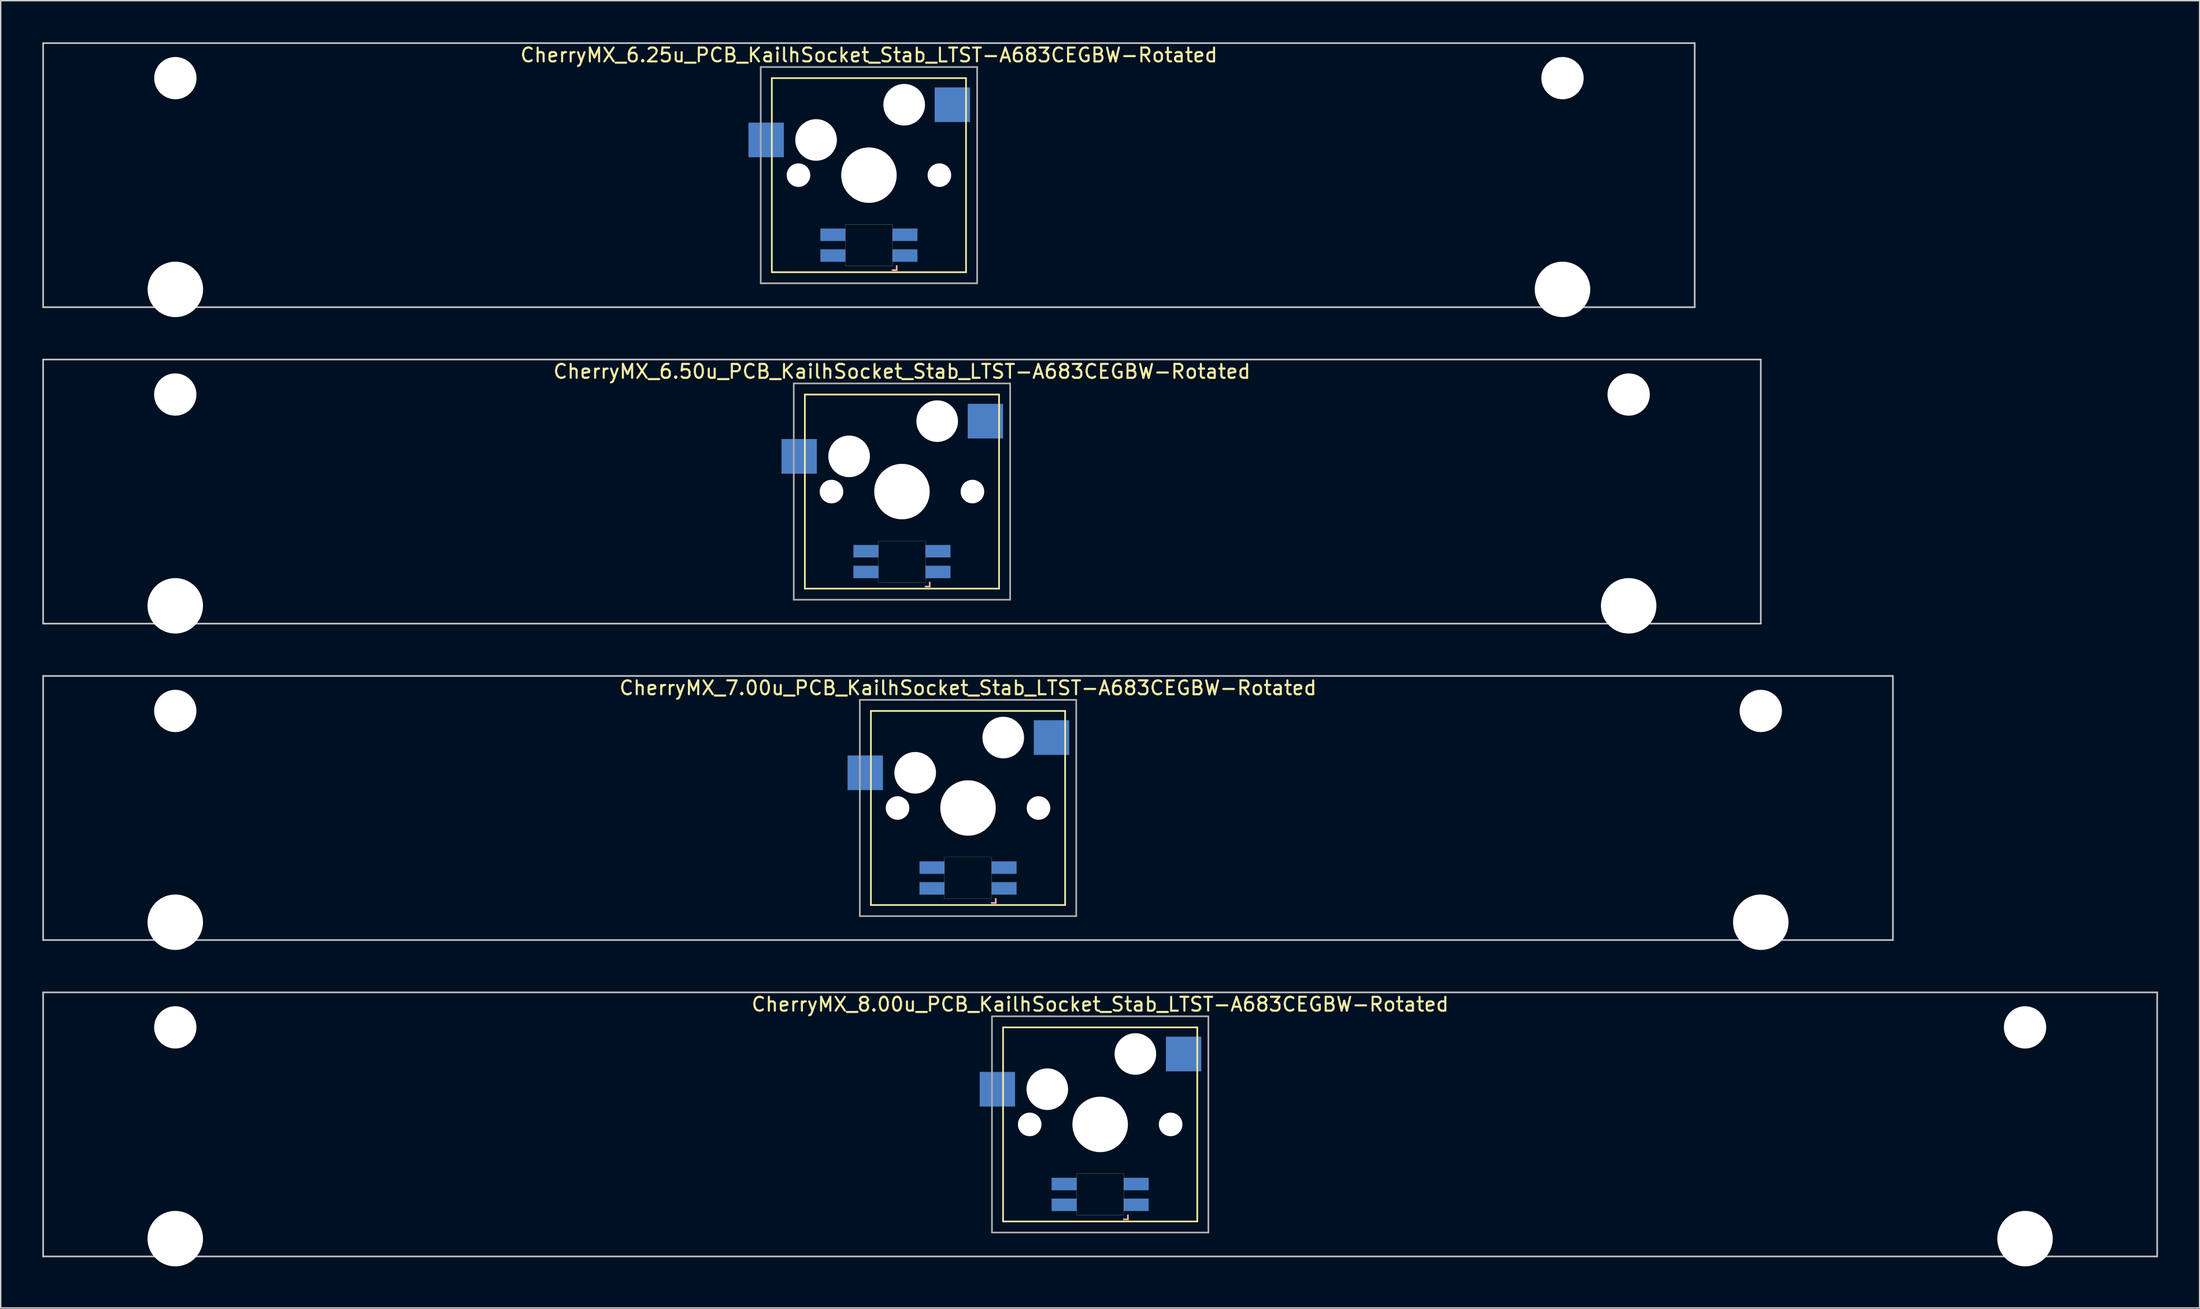
<source format=kicad_pcb>
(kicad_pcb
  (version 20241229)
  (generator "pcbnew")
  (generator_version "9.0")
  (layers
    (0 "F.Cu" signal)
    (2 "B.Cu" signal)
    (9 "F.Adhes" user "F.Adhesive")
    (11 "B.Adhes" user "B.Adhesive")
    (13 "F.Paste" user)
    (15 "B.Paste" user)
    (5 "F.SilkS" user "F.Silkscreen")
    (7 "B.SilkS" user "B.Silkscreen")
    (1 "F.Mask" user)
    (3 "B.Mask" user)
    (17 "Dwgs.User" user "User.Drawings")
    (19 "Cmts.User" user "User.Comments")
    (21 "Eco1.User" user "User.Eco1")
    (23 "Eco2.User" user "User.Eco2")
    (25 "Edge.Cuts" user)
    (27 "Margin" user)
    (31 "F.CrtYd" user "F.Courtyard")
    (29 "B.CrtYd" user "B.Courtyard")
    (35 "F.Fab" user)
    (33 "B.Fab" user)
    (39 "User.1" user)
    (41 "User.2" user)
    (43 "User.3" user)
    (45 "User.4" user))
  (footprint "CherryMX_7.00u_PCB_KailhSocket_Stab_LTST-A683CEGBW-Rotated"
    (layer "F.Cu")
    (at 66.735 55.235)
    (property "Reference" "CherryMX_7.00u_PCB_KailhSocket_Stab_LTST-A683CEGBW-Rotated" (at 0 -8.662 0) (layer "F.SilkS") (effects (font (size 1 1) (thickness 0.15))))
    (attr through_hole)
    (fp_line (start -7 -7) (end -7 7) (stroke (width 0.12) (type solid)) (layer "F.SilkS"))
    (fp_line (start -7 -7) (end 7 -7) (stroke (width 0.12) (type solid)) (layer "F.SilkS"))
    (fp_line (start 7 -7) (end 7 7) (stroke (width 0.12) (type solid)) (layer "F.SilkS"))
    (fp_line (start 7 7) (end -7 7) (stroke (width 0.12) (type solid)) (layer "F.SilkS"))
    (fp_line (start 1.7 6.85) (end 2 6.85) (stroke (width 0.12) (type solid)) (layer "B.SilkS"))
    (fp_line (start 2 6.85) (end 2 6.55) (stroke (width 0.12) (type solid)) (layer "B.SilkS"))
    (fp_line (start -66.675 -9.525) (end 66.675 -9.525) (stroke (width 0.12) (type solid)) (layer "Dwgs.User"))
    (fp_line (start -66.675 9.525) (end -66.675 -9.525) (stroke (width 0.12) (type solid)) (layer "Dwgs.User"))
    (fp_line (start 66.675 -9.525) (end 66.675 9.525) (stroke (width 0.12) (type solid)) (layer "Dwgs.User"))
    (fp_line (start 66.675 9.525) (end -66.675 9.525) (stroke (width 0.12) (type solid)) (layer "Dwgs.User"))
    (fp_poly (pts (xy -1.7 3.55) (xy 1.7 3.55) (xy 1.7 6.55) (xy -1.7 6.55)) (stroke (width 0.01) (type solid)) (fill no) (layer "Edge.Cuts"))
    (fp_line (start -7.8 -7.8) (end -7.8 7.8) (stroke (width 0.12) (type solid)) (layer "F.Fab"))
    (fp_line (start -7.8 -7.8) (end 7.8 -7.8) (stroke (width 0.12) (type solid)) (layer "F.Fab"))
    (fp_line (start -7.8 7.8) (end 7.8 7.8) (stroke (width 0.12) (type solid)) (layer "F.Fab"))
    (fp_line (start 7.8 -7.8) (end 7.8 7.8) (stroke (width 0.12) (type solid)) (layer "F.Fab"))
    (pad "" np_thru_hole circle (at -57.15 -7) (size 3.05 3.05) (drill 3.05) (layers "*.Cu" "*.Mask"))
    (pad "" np_thru_hole circle (at -57.15 8.24) (size 4 4) (drill 4) (layers "*.Cu" "*.Mask"))
    (pad "" np_thru_hole circle (at -5.08 0) (size 1.7 1.7) (drill 1.7) (layers "*.Cu" "*.Mask"))
    (pad "" np_thru_hole circle (at -3.81 -2.54) (size 3 3) (drill 3) (layers "*.Cu" "*.Mask"))
    (pad "" np_thru_hole circle (at 0 0) (size 4 4) (drill 4) (layers "*.Cu" "*.Mask"))
    (pad "" np_thru_hole circle (at 2.54 -5.08) (size 3 3) (drill 3) (layers "*.Cu" "*.Mask"))
    (pad "" np_thru_hole circle (at 5.08 0) (size 1.7 1.7) (drill 1.7) (layers "*.Cu" "*.Mask"))
    (pad "" np_thru_hole circle (at 57.15 -7) (size 3.05 3.05) (drill 3.05) (layers "*.Cu" "*.Mask"))
    (pad "" np_thru_hole circle (at 57.15 8.24) (size 4 4) (drill 4) (layers "*.Cu" "*.Mask"))
    (pad "1" smd rect (at -7.41 -2.54) (size 2.55 2.5) (layers "B.Cu" "B.Mask" "B.Paste"))
    (pad "2" smd rect (at 6.015 -5.08) (size 2.55 2.5) (layers "B.Cu" "B.Mask" "B.Paste"))
    (pad "3" smd rect (at 2.6 5.8 180) (size 1.8 0.9) (layers "B.Cu" "B.Mask" "B.Paste"))
    (pad "4" smd rect (at 2.6 4.3 180) (size 1.8 0.9) (layers "B.Cu" "B.Mask" "B.Paste"))
    (pad "5" smd rect (at -2.6 5.8 180) (size 1.8 0.9) (layers "B.Cu" "B.Mask" "B.Paste"))
    (pad "6" smd rect (at -2.6 4.3 180) (size 1.8 0.9) (layers "B.Cu" "B.Mask" "B.Paste")))
  (footprint "CherryMX_6.25u_PCB_KailhSocket_Stab_LTST-A683CEGBW-Rotated"
    (layer "F.Cu")
    (at 59.591 9.585)
    (property "Reference" "CherryMX_6.25u_PCB_KailhSocket_Stab_LTST-A683CEGBW-Rotated" (at 0 -8.662 0) (layer "F.SilkS") (effects (font (size 1 1) (thickness 0.15))))
    (attr through_hole)
    (fp_line (start -7 -7) (end -7 7) (stroke (width 0.12) (type solid)) (layer "F.SilkS"))
    (fp_line (start -7 -7) (end 7 -7) (stroke (width 0.12) (type solid)) (layer "F.SilkS"))
    (fp_line (start 7 -7) (end 7 7) (stroke (width 0.12) (type solid)) (layer "F.SilkS"))
    (fp_line (start 7 7) (end -7 7) (stroke (width 0.12) (type solid)) (layer "F.SilkS"))
    (fp_line (start 1.7 6.85) (end 2 6.85) (stroke (width 0.12) (type solid)) (layer "B.SilkS"))
    (fp_line (start 2 6.85) (end 2 6.55) (stroke (width 0.12) (type solid)) (layer "B.SilkS"))
    (fp_line (start -59.531 -9.525) (end 59.531 -9.525) (stroke (width 0.12) (type solid)) (layer "Dwgs.User"))
    (fp_line (start -59.531 9.525) (end -59.531 -9.525) (stroke (width 0.12) (type solid)) (layer "Dwgs.User"))
    (fp_line (start 59.531 -9.525) (end 59.531 9.525) (stroke (width 0.12) (type solid)) (layer "Dwgs.User"))
    (fp_line (start 59.531 9.525) (end -59.531 9.525) (stroke (width 0.12) (type solid)) (layer "Dwgs.User"))
    (fp_poly (pts (xy -1.7 3.55) (xy 1.7 3.55) (xy 1.7 6.55) (xy -1.7 6.55)) (stroke (width 0.01) (type solid)) (fill no) (layer "Edge.Cuts"))
    (fp_line (start -7.8 -7.8) (end -7.8 7.8) (stroke (width 0.12) (type solid)) (layer "F.Fab"))
    (fp_line (start -7.8 -7.8) (end 7.8 -7.8) (stroke (width 0.12) (type solid)) (layer "F.Fab"))
    (fp_line (start -7.8 7.8) (end 7.8 7.8) (stroke (width 0.12) (type solid)) (layer "F.Fab"))
    (fp_line (start 7.8 -7.8) (end 7.8 7.8) (stroke (width 0.12) (type solid)) (layer "F.Fab"))
    (pad "" np_thru_hole circle (at -50 -7) (size 3.05 3.05) (drill 3.05) (layers "*.Cu" "*.Mask"))
    (pad "" np_thru_hole circle (at -50 8.24) (size 4 4) (drill 4) (layers "*.Cu" "*.Mask"))
    (pad "" np_thru_hole circle (at -5.08 0) (size 1.7 1.7) (drill 1.7) (layers "*.Cu" "*.Mask"))
    (pad "" np_thru_hole circle (at -3.81 -2.54) (size 3 3) (drill 3) (layers "*.Cu" "*.Mask"))
    (pad "" np_thru_hole circle (at 0 0) (size 4 4) (drill 4) (layers "*.Cu" "*.Mask"))
    (pad "" np_thru_hole circle (at 2.54 -5.08) (size 3 3) (drill 3) (layers "*.Cu" "*.Mask"))
    (pad "" np_thru_hole circle (at 5.08 0) (size 1.7 1.7) (drill 1.7) (layers "*.Cu" "*.Mask"))
    (pad "" np_thru_hole circle (at 50 -7) (size 3.05 3.05) (drill 3.05) (layers "*.Cu" "*.Mask"))
    (pad "" np_thru_hole circle (at 50 8.24) (size 4 4) (drill 4) (layers "*.Cu" "*.Mask"))
    (pad "1" smd rect (at -7.41 -2.54) (size 2.55 2.5) (layers "B.Cu" "B.Mask" "B.Paste"))
    (pad "2" smd rect (at 6.015 -5.08) (size 2.55 2.5) (layers "B.Cu" "B.Mask" "B.Paste"))
    (pad "3" smd rect (at 2.6 5.8 180) (size 1.8 0.9) (layers "B.Cu" "B.Mask" "B.Paste"))
    (pad "4" smd rect (at 2.6 4.3 180) (size 1.8 0.9) (layers "B.Cu" "B.Mask" "B.Paste"))
    (pad "5" smd rect (at -2.6 5.8 180) (size 1.8 0.9) (layers "B.Cu" "B.Mask" "B.Paste"))
    (pad "6" smd rect (at -2.6 4.3 180) (size 1.8 0.9) (layers "B.Cu" "B.Mask" "B.Paste")))
  (footprint "CherryMX_6.50u_PCB_KailhSocket_Stab_LTST-A683CEGBW-Rotated"
    (layer "F.Cu")
    (at 61.972 32.41)
    (property "Reference" "CherryMX_6.50u_PCB_KailhSocket_Stab_LTST-A683CEGBW-Rotated" (at 0 -8.662 0) (layer "F.SilkS") (effects (font (size 1 1) (thickness 0.15))))
    (attr through_hole)
    (fp_line (start -7 -7) (end -7 7) (stroke (width 0.12) (type solid)) (layer "F.SilkS"))
    (fp_line (start -7 -7) (end 7 -7) (stroke (width 0.12) (type solid)) (layer "F.SilkS"))
    (fp_line (start 7 -7) (end 7 7) (stroke (width 0.12) (type solid)) (layer "F.SilkS"))
    (fp_line (start 7 7) (end -7 7) (stroke (width 0.12) (type solid)) (layer "F.SilkS"))
    (fp_line (start 1.7 6.85) (end 2 6.85) (stroke (width 0.12) (type solid)) (layer "B.SilkS"))
    (fp_line (start 2 6.85) (end 2 6.55) (stroke (width 0.12) (type solid)) (layer "B.SilkS"))
    (fp_line (start -61.913 -9.525) (end 61.913 -9.525) (stroke (width 0.12) (type solid)) (layer "Dwgs.User"))
    (fp_line (start -61.913 9.525) (end -61.913 -9.525) (stroke (width 0.12) (type solid)) (layer "Dwgs.User"))
    (fp_line (start 61.913 -9.525) (end 61.913 9.525) (stroke (width 0.12) (type solid)) (layer "Dwgs.User"))
    (fp_line (start 61.913 9.525) (end -61.913 9.525) (stroke (width 0.12) (type solid)) (layer "Dwgs.User"))
    (fp_poly (pts (xy -1.7 3.55) (xy 1.7 3.55) (xy 1.7 6.55) (xy -1.7 6.55)) (stroke (width 0.01) (type solid)) (fill no) (layer "Edge.Cuts"))
    (fp_line (start -7.8 -7.8) (end -7.8 7.8) (stroke (width 0.12) (type solid)) (layer "F.Fab"))
    (fp_line (start -7.8 -7.8) (end 7.8 -7.8) (stroke (width 0.12) (type solid)) (layer "F.Fab"))
    (fp_line (start -7.8 7.8) (end 7.8 7.8) (stroke (width 0.12) (type solid)) (layer "F.Fab"))
    (fp_line (start 7.8 -7.8) (end 7.8 7.8) (stroke (width 0.12) (type solid)) (layer "F.Fab"))
    (pad "" np_thru_hole circle (at -52.388 -7) (size 3.05 3.05) (drill 3.05) (layers "*.Cu" "*.Mask"))
    (pad "" np_thru_hole circle (at -52.388 8.24) (size 4 4) (drill 4) (layers "*.Cu" "*.Mask"))
    (pad "" np_thru_hole circle (at -5.08 0) (size 1.7 1.7) (drill 1.7) (layers "*.Cu" "*.Mask"))
    (pad "" np_thru_hole circle (at -3.81 -2.54) (size 3 3) (drill 3) (layers "*.Cu" "*.Mask"))
    (pad "" np_thru_hole circle (at 0 0) (size 4 4) (drill 4) (layers "*.Cu" "*.Mask"))
    (pad "" np_thru_hole circle (at 2.54 -5.08) (size 3 3) (drill 3) (layers "*.Cu" "*.Mask"))
    (pad "" np_thru_hole circle (at 5.08 0) (size 1.7 1.7) (drill 1.7) (layers "*.Cu" "*.Mask"))
    (pad "" np_thru_hole circle (at 52.388 -7) (size 3.05 3.05) (drill 3.05) (layers "*.Cu" "*.Mask"))
    (pad "" np_thru_hole circle (at 52.388 8.24) (size 4 4) (drill 4) (layers "*.Cu" "*.Mask"))
    (pad "1" smd rect (at -7.41 -2.54) (size 2.55 2.5) (layers "B.Cu" "B.Mask" "B.Paste"))
    (pad "2" smd rect (at 6.015 -5.08) (size 2.55 2.5) (layers "B.Cu" "B.Mask" "B.Paste"))
    (pad "3" smd rect (at 2.6 5.8 180) (size 1.8 0.9) (layers "B.Cu" "B.Mask" "B.Paste"))
    (pad "4" smd rect (at 2.6 4.3 180) (size 1.8 0.9) (layers "B.Cu" "B.Mask" "B.Paste"))
    (pad "5" smd rect (at -2.6 5.8 180) (size 1.8 0.9) (layers "B.Cu" "B.Mask" "B.Paste"))
    (pad "6" smd rect (at -2.6 4.3 180) (size 1.8 0.9) (layers "B.Cu" "B.Mask" "B.Paste")))
  (footprint "CherryMX_8.00u_PCB_KailhSocket_Stab_LTST-A683CEGBW-Rotated"
    (layer "F.Cu")
    (at 76.26 78.06)
    (property "Reference" "CherryMX_8.00u_PCB_KailhSocket_Stab_LTST-A683CEGBW-Rotated" (at 0 -8.662 0) (layer "F.SilkS") (effects (font (size 1 1) (thickness 0.15))))
    (attr through_hole)
    (fp_line (start -7 -7) (end -7 7) (stroke (width 0.12) (type solid)) (layer "F.SilkS"))
    (fp_line (start -7 -7) (end 7 -7) (stroke (width 0.12) (type solid)) (layer "F.SilkS"))
    (fp_line (start 7 -7) (end 7 7) (stroke (width 0.12) (type solid)) (layer "F.SilkS"))
    (fp_line (start 7 7) (end -7 7) (stroke (width 0.12) (type solid)) (layer "F.SilkS"))
    (fp_line (start 1.7 6.85) (end 2 6.85) (stroke (width 0.12) (type solid)) (layer "B.SilkS"))
    (fp_line (start 2 6.85) (end 2 6.55) (stroke (width 0.12) (type solid)) (layer "B.SilkS"))
    (fp_line (start -76.2 -9.525) (end 76.2 -9.525) (stroke (width 0.12) (type solid)) (layer "Dwgs.User"))
    (fp_line (start -76.2 9.525) (end -76.2 -9.525) (stroke (width 0.12) (type solid)) (layer "Dwgs.User"))
    (fp_line (start 76.2 -9.525) (end 76.2 9.525) (stroke (width 0.12) (type solid)) (layer "Dwgs.User"))
    (fp_line (start 76.2 9.525) (end -76.2 9.525) (stroke (width 0.12) (type solid)) (layer "Dwgs.User"))
    (fp_poly (pts (xy -1.7 3.55) (xy 1.7 3.55) (xy 1.7 6.55) (xy -1.7 6.55)) (stroke (width 0.01) (type solid)) (fill no) (layer "Edge.Cuts"))
    (fp_line (start -7.8 -7.8) (end -7.8 7.8) (stroke (width 0.12) (type solid)) (layer "F.Fab"))
    (fp_line (start -7.8 -7.8) (end 7.8 -7.8) (stroke (width 0.12) (type solid)) (layer "F.Fab"))
    (fp_line (start -7.8 7.8) (end 7.8 7.8) (stroke (width 0.12) (type solid)) (layer "F.Fab"))
    (fp_line (start 7.8 -7.8) (end 7.8 7.8) (stroke (width 0.12) (type solid)) (layer "F.Fab"))
    (pad "" np_thru_hole circle (at -66.675 -7) (size 3.05 3.05) (drill 3.05) (layers "*.Cu" "*.Mask"))
    (pad "" np_thru_hole circle (at -66.675 8.24) (size 4 4) (drill 4) (layers "*.Cu" "*.Mask"))
    (pad "" np_thru_hole circle (at -5.08 0) (size 1.7 1.7) (drill 1.7) (layers "*.Cu" "*.Mask"))
    (pad "" np_thru_hole circle (at -3.81 -2.54) (size 3 3) (drill 3) (layers "*.Cu" "*.Mask"))
    (pad "" np_thru_hole circle (at 0 0) (size 4 4) (drill 4) (layers "*.Cu" "*.Mask"))
    (pad "" np_thru_hole circle (at 2.54 -5.08) (size 3 3) (drill 3) (layers "*.Cu" "*.Mask"))
    (pad "" np_thru_hole circle (at 5.08 0) (size 1.7 1.7) (drill 1.7) (layers "*.Cu" "*.Mask"))
    (pad "" np_thru_hole circle (at 66.675 -7) (size 3.05 3.05) (drill 3.05) (layers "*.Cu" "*.Mask"))
    (pad "" np_thru_hole circle (at 66.675 8.24) (size 4 4) (drill 4) (layers "*.Cu" "*.Mask"))
    (pad "1" smd rect (at -7.41 -2.54) (size 2.55 2.5) (layers "B.Cu" "B.Mask" "B.Paste"))
    (pad "2" smd rect (at 6.015 -5.08) (size 2.55 2.5) (layers "B.Cu" "B.Mask" "B.Paste"))
    (pad "3" smd rect (at 2.6 5.8 180) (size 1.8 0.9) (layers "B.Cu" "B.Mask" "B.Paste"))
    (pad "4" smd rect (at 2.6 4.3 180) (size 1.8 0.9) (layers "B.Cu" "B.Mask" "B.Paste"))
    (pad "5" smd rect (at -2.6 5.8 180) (size 1.8 0.9) (layers "B.Cu" "B.Mask" "B.Paste"))
    (pad "6" smd rect (at -2.6 4.3 180) (size 1.8 0.9) (layers "B.Cu" "B.Mask" "B.Paste")))
  (gr_rect
    (start -3 -3)
    (end 155.52 91.3)
    (stroke (width 0.1) (type default))
    (fill no)
    (layer "Edge.Cuts")))
</source>
